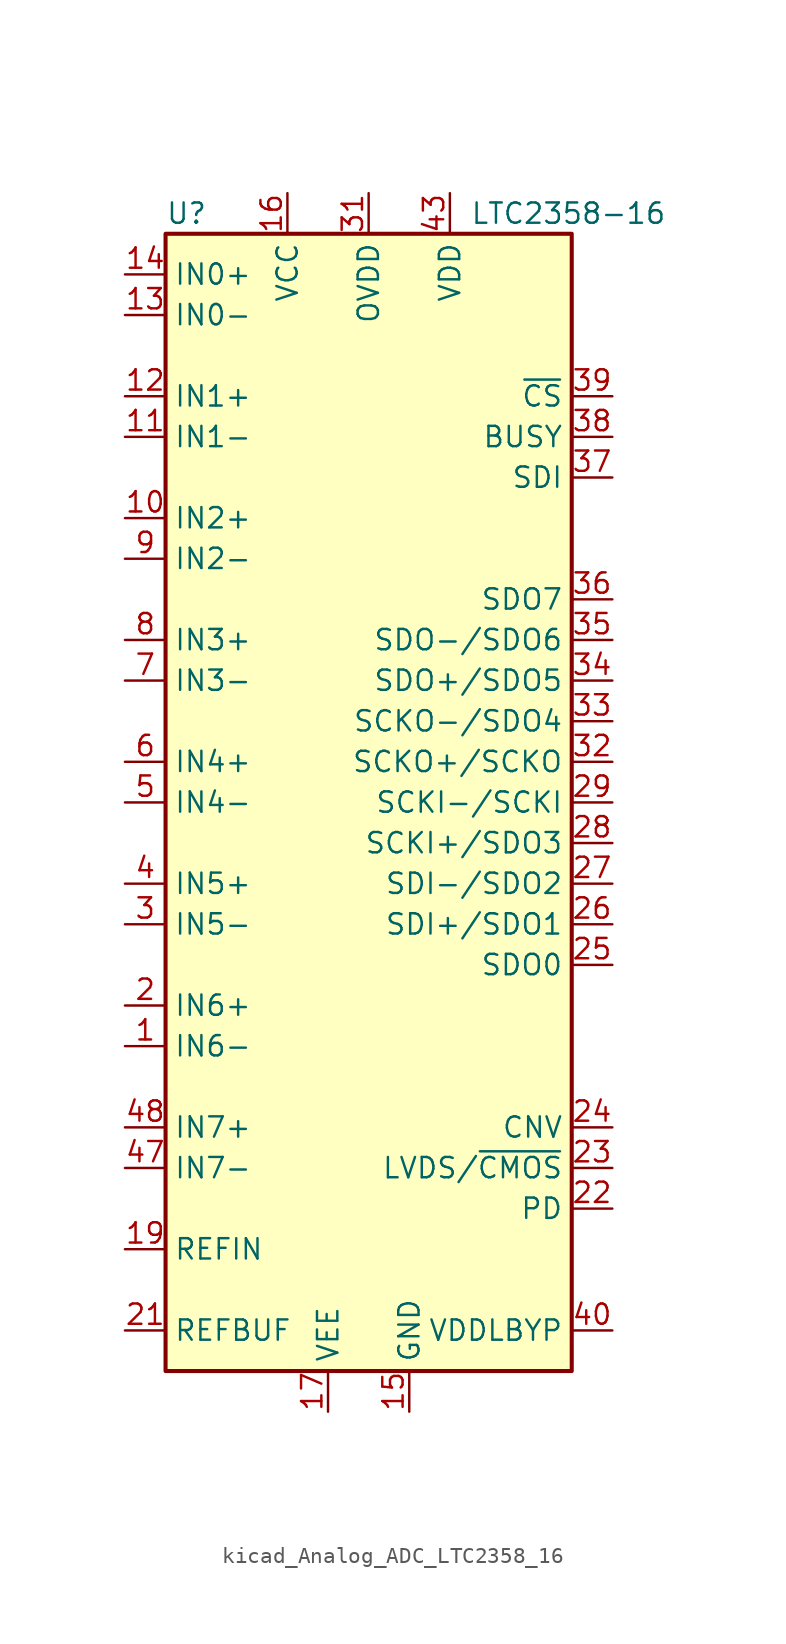
<source format=kicad_sym>
(kicad_symbol_lib
  (version 20220914)
  (generator kicad_symbol_editor)
  (symbol "kicad_Analog_ADC_LTC2358_16"
    (property "Reference" "U"
      (at -12.7 36.83 0)
      (effects (font (size 1.27 1.27)) (justify left)))
    (property "Value" "LTC2358-16"
      (at 6.35 36.83 0)
      (effects (font (size 1.27 1.27)) (justify left)))
    (symbol "kicad_Analog_ADC_LTC2358_16_0_1"
      (rectangle (start -12.7 35.56) (end 12.7 -35.56) (stroke (width 0.254) (type default)) (fill (type background))))
    (symbol "kicad_Analog_ADC_LTC2358_16_1_1"
      (pin input line (at -15.24 -15.24 0) (length 2.54) (name "IN6-" (effects (font (size 1.27 1.27)))) (number "1" (effects (font (size 1.27 1.27)))))
      (pin input line (at -15.24 17.78 0) (length 2.54) (name "IN2+" (effects (font (size 1.27 1.27)))) (number "10" (effects (font (size 1.27 1.27)))))
      (pin input line (at -15.24 22.86 0) (length 2.54) (name "IN1-" (effects (font (size 1.27 1.27)))) (number "11" (effects (font (size 1.27 1.27)))))
      (pin input line (at -15.24 25.4 0) (length 2.54) (name "IN1+" (effects (font (size 1.27 1.27)))) (number "12" (effects (font (size 1.27 1.27)))))
      (pin input line (at -15.24 30.48 0) (length 2.54) (name "IN0-" (effects (font (size 1.27 1.27)))) (number "13" (effects (font (size 1.27 1.27)))))
      (pin input line (at -15.24 33.02 0) (length 2.54) (name "IN0+" (effects (font (size 1.27 1.27)))) (number "14" (effects (font (size 1.27 1.27)))))
      (pin power_in line (at 2.54 -38.1 90) (length 2.54) (name "GND" (effects (font (size 1.27 1.27)))) (number "15" (effects (font (size 1.27 1.27)))))
      (pin power_in line (at -5.08 38.1 270) (length 2.54) (name "VCC" (effects (font (size 1.27 1.27)))) (number "16" (effects (font (size 1.27 1.27)))))
      (pin power_in line (at -2.54 -38.1 90) (length 2.54) (name "VEE" (effects (font (size 1.27 1.27)))) (number "17" (effects (font (size 1.27 1.27)))))
      (pin passive line (at 2.54 -38.1 90) (length 2.54) hide (name "GND" (effects (font (size 1.27 1.27)))) (number "18" (effects (font (size 1.27 1.27)))))
      (pin passive line (at -15.24 -27.94 0) (length 2.54) (name "REFIN" (effects (font (size 1.27 1.27)))) (number "19" (effects (font (size 1.27 1.27)))))
      (pin input line (at -15.24 -12.7 0) (length 2.54) (name "IN6+" (effects (font (size 1.27 1.27)))) (number "2" (effects (font (size 1.27 1.27)))))
      (pin passive line (at 2.54 -38.1 90) (length 2.54) hide (name "GND" (effects (font (size 1.27 1.27)))) (number "20" (effects (font (size 1.27 1.27)))))
      (pin passive line (at -15.24 -33.02 0) (length 2.54) (name "REFBUF" (effects (font (size 1.27 1.27)))) (number "21" (effects (font (size 1.27 1.27)))))
      (pin input line (at 15.24 -25.4 180) (length 2.54) (name "PD" (effects (font (size 1.27 1.27)))) (number "22" (effects (font (size 1.27 1.27)))))
      (pin input line (at 15.24 -22.86 180) (length 2.54) (name "LVDS/~{CMOS}" (effects (font (size 1.27 1.27)))) (number "23" (effects (font (size 1.27 1.27)))))
      (pin input line (at 15.24 -20.32 180) (length 2.54) (name "CNV" (effects (font (size 1.27 1.27)))) (number "24" (effects (font (size 1.27 1.27)))))
      (pin tri_state line (at 15.24 -10.16 180) (length 2.54) (name "SDO0" (effects (font (size 1.27 1.27)))) (number "25" (effects (font (size 1.27 1.27)))))
      (pin bidirectional line (at 15.24 -7.62 180) (length 2.54) (name "SDI+/SDO1" (effects (font (size 1.27 1.27)))) (number "26" (effects (font (size 1.27 1.27)))))
      (pin bidirectional line (at 15.24 -5.08 180) (length 2.54) (name "SDI-/SDO2" (effects (font (size 1.27 1.27)))) (number "27" (effects (font (size 1.27 1.27)))))
      (pin bidirectional line (at 15.24 -2.54 180) (length 2.54) (name "SCKI+/SDO3" (effects (font (size 1.27 1.27)))) (number "28" (effects (font (size 1.27 1.27)))))
      (pin input line (at 15.24 0 180) (length 2.54) (name "SCKI-/SCKI" (effects (font (size 1.27 1.27)))) (number "29" (effects (font (size 1.27 1.27)))))
      (pin input line (at -15.24 -7.62 0) (length 2.54) (name "IN5-" (effects (font (size 1.27 1.27)))) (number "3" (effects (font (size 1.27 1.27)))))
      (pin passive line (at 2.54 -38.1 90) (length 2.54) hide (name "GND" (effects (font (size 1.27 1.27)))) (number "30" (effects (font (size 1.27 1.27)))))
      (pin power_in line (at 0 38.1 270) (length 2.54) (name "OVDD" (effects (font (size 1.27 1.27)))) (number "31" (effects (font (size 1.27 1.27)))))
      (pin tri_state line (at 15.24 2.54 180) (length 2.54) (name "SCKO+/SCKO" (effects (font (size 1.27 1.27)))) (number "32" (effects (font (size 1.27 1.27)))))
      (pin tri_state line (at 15.24 5.08 180) (length 2.54) (name "SCKO-/SDO4" (effects (font (size 1.27 1.27)))) (number "33" (effects (font (size 1.27 1.27)))))
      (pin tri_state line (at 15.24 7.62 180) (length 2.54) (name "SDO+/SDO5" (effects (font (size 1.27 1.27)))) (number "34" (effects (font (size 1.27 1.27)))))
      (pin tri_state line (at 15.24 10.16 180) (length 2.54) (name "SDO-/SDO6" (effects (font (size 1.27 1.27)))) (number "35" (effects (font (size 1.27 1.27)))))
      (pin tri_state line (at 15.24 12.7 180) (length 2.54) (name "SDO7" (effects (font (size 1.27 1.27)))) (number "36" (effects (font (size 1.27 1.27)))))
      (pin input line (at 15.24 20.32 180) (length 2.54) (name "SDI" (effects (font (size 1.27 1.27)))) (number "37" (effects (font (size 1.27 1.27)))))
      (pin output line (at 15.24 22.86 180) (length 2.54) (name "BUSY" (effects (font (size 1.27 1.27)))) (number "38" (effects (font (size 1.27 1.27)))))
      (pin input line (at 15.24 25.4 180) (length 2.54) (name "~{CS}" (effects (font (size 1.27 1.27)))) (number "39" (effects (font (size 1.27 1.27)))))
      (pin input line (at -15.24 -5.08 0) (length 2.54) (name "IN5+" (effects (font (size 1.27 1.27)))) (number "4" (effects (font (size 1.27 1.27)))))
      (pin passive line (at 15.24 -33.02 180) (length 2.54) (name "VDDLBYP" (effects (font (size 1.27 1.27)))) (number "40" (effects (font (size 1.27 1.27)))))
      (pin passive line (at 2.54 -38.1 90) (length 2.54) hide (name "GND" (effects (font (size 1.27 1.27)))) (number "41" (effects (font (size 1.27 1.27)))))
      (pin passive line (at 5.08 38.1 270) (length 2.54) hide (name "VDD" (effects (font (size 1.27 1.27)))) (number "42" (effects (font (size 1.27 1.27)))))
      (pin power_in line (at 5.08 38.1 270) (length 2.54) (name "VDD" (effects (font (size 1.27 1.27)))) (number "43" (effects (font (size 1.27 1.27)))))
      (pin passive line (at 2.54 -38.1 90) (length 2.54) hide (name "GND" (effects (font (size 1.27 1.27)))) (number "44" (effects (font (size 1.27 1.27)))))
      (pin passive line (at -2.54 -38.1 90) (length 2.54) hide (name "VEE" (effects (font (size 1.27 1.27)))) (number "45" (effects (font (size 1.27 1.27)))))
      (pin passive line (at 2.54 -38.1 90) (length 2.54) hide (name "GND" (effects (font (size 1.27 1.27)))) (number "46" (effects (font (size 1.27 1.27)))))
      (pin input line (at -15.24 -22.86 0) (length 2.54) (name "IN7-" (effects (font (size 1.27 1.27)))) (number "47" (effects (font (size 1.27 1.27)))))
      (pin input line (at -15.24 -20.32 0) (length 2.54) (name "IN7+" (effects (font (size 1.27 1.27)))) (number "48" (effects (font (size 1.27 1.27)))))
      (pin input line (at -15.24 0 0) (length 2.54) (name "IN4-" (effects (font (size 1.27 1.27)))) (number "5" (effects (font (size 1.27 1.27)))))
      (pin input line (at -15.24 2.54 0) (length 2.54) (name "IN4+" (effects (font (size 1.27 1.27)))) (number "6" (effects (font (size 1.27 1.27)))))
      (pin input line (at -15.24 7.62 0) (length 2.54) (name "IN3-" (effects (font (size 1.27 1.27)))) (number "7" (effects (font (size 1.27 1.27)))))
      (pin input line (at -15.24 10.16 0) (length 2.54) (name "IN3+" (effects (font (size 1.27 1.27)))) (number "8" (effects (font (size 1.27 1.27)))))
      (pin input line (at -15.24 15.24 0) (length 2.54) (name "IN2-" (effects (font (size 1.27 1.27)))) (number "9" (effects (font (size 1.27 1.27))))))))
</source>
